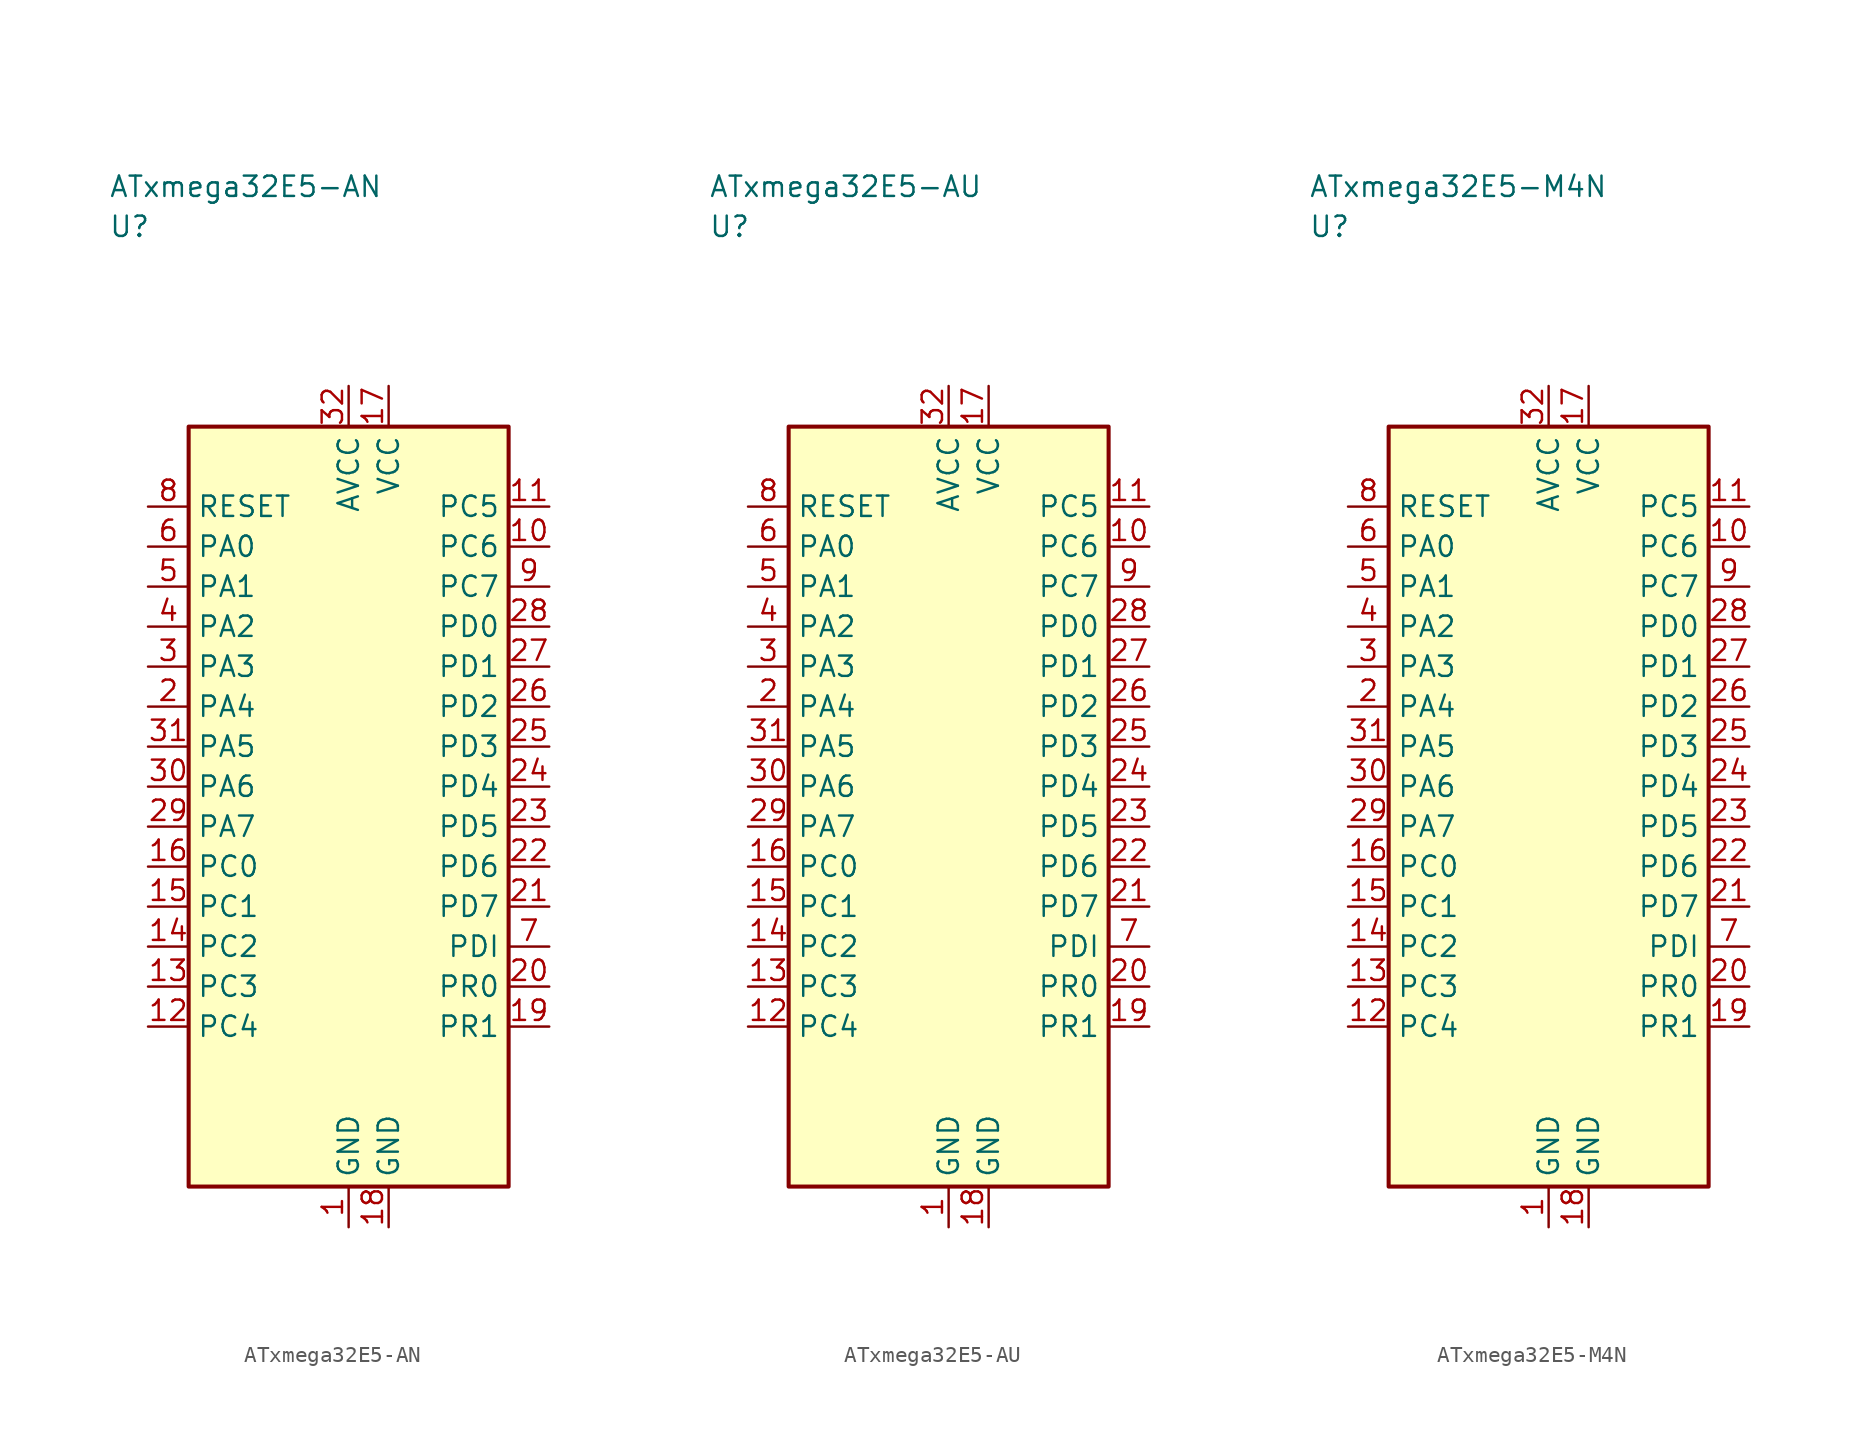
<source format=kicad_sym>
(kicad_symbol_lib
  (version 20241025)
  (generator "kicad_symbol_editor")
  (generator_version "8.0")
  (symbol "ATxmega32E5-AN"
    (property "Reference" "U"
      (at -15.0 36.25 0)
      (effects (font (size 1.27 1.27)) (justify left)))
    (property "Value" "ATxmega32E5-AN"
      (at -15.0 38.75 0)
      (effects (font (size 1.27 1.27)) (justify left)))
    (symbol "ATxmega32E5-AN_0_1"
      (rectangle (start -10.0 23.75) (end 10.0 -23.75) (stroke (width 0.254) (type default)) (fill (type background))))
    (symbol "ATxmega32E5-AN_1_1"
      (pin passive line (at 0.0 -26.29 90.0) (length 2.54) (name "GND" (effects (font (size 1.27 1.27)))) (number "1" (effects (font (size 1.27 1.27)))))
      (pin bidirectional line (at -12.54 6.25 0.0) (length 2.54) (name "PA4" (effects (font (size 1.27 1.27)))) (number "2" (effects (font (size 1.27 1.27)))))
      (pin bidirectional line (at -12.54 8.75 0.0) (length 2.54) (name "PA3" (effects (font (size 1.27 1.27)))) (number "3" (effects (font (size 1.27 1.27)))))
      (pin bidirectional line (at -12.54 11.25 0.0) (length 2.54) (name "PA2" (effects (font (size 1.27 1.27)))) (number "4" (effects (font (size 1.27 1.27)))))
      (pin bidirectional line (at -12.54 13.75 0.0) (length 2.54) (name "PA1" (effects (font (size 1.27 1.27)))) (number "5" (effects (font (size 1.27 1.27)))))
      (pin bidirectional line (at -12.54 16.25 0.0) (length 2.54) (name "PA0" (effects (font (size 1.27 1.27)))) (number "6" (effects (font (size 1.27 1.27)))))
      (pin bidirectional line (at 12.54 -8.75 180.0) (length 2.54) (name "PDI" (effects (font (size 1.27 1.27)))) (number "7" (effects (font (size 1.27 1.27)))))
      (pin input line (at -12.54 18.75 0.0) (length 2.54) (name "RESET" (effects (font (size 1.27 1.27)))) (number "8" (effects (font (size 1.27 1.27)))))
      (pin bidirectional line (at 12.54 13.75 180.0) (length 2.54) (name "PC7" (effects (font (size 1.27 1.27)))) (number "9" (effects (font (size 1.27 1.27)))))
      (pin bidirectional line (at 12.54 16.25 180.0) (length 2.54) (name "PC6" (effects (font (size 1.27 1.27)))) (number "10" (effects (font (size 1.27 1.27)))))
      (pin bidirectional line (at 12.54 18.75 180.0) (length 2.54) (name "PC5" (effects (font (size 1.27 1.27)))) (number "11" (effects (font (size 1.27 1.27)))))
      (pin bidirectional line (at -12.54 -13.75 0.0) (length 2.54) (name "PC4" (effects (font (size 1.27 1.27)))) (number "12" (effects (font (size 1.27 1.27)))))
      (pin bidirectional line (at -12.54 -11.25 0.0) (length 2.54) (name "PC3" (effects (font (size 1.27 1.27)))) (number "13" (effects (font (size 1.27 1.27)))))
      (pin bidirectional line (at -12.54 -8.75 0.0) (length 2.54) (name "PC2" (effects (font (size 1.27 1.27)))) (number "14" (effects (font (size 1.27 1.27)))))
      (pin bidirectional line (at -12.54 -6.25 0.0) (length 2.54) (name "PC1" (effects (font (size 1.27 1.27)))) (number "15" (effects (font (size 1.27 1.27)))))
      (pin bidirectional line (at -12.54 -3.75 0.0) (length 2.54) (name "PC0" (effects (font (size 1.27 1.27)))) (number "16" (effects (font (size 1.27 1.27)))))
      (pin power_in line (at 2.5 26.29 270.0) (length 2.54) (name "VCC" (effects (font (size 1.27 1.27)))) (number "17" (effects (font (size 1.27 1.27)))))
      (pin passive line (at 2.5 -26.29 90.0) (length 2.54) (name "GND" (effects (font (size 1.27 1.27)))) (number "18" (effects (font (size 1.27 1.27)))))
      (pin bidirectional line (at 12.54 -13.75 180.0) (length 2.54) (name "PR1" (effects (font (size 1.27 1.27)))) (number "19" (effects (font (size 1.27 1.27)))))
      (pin bidirectional line (at 12.54 -11.25 180.0) (length 2.54) (name "PR0" (effects (font (size 1.27 1.27)))) (number "20" (effects (font (size 1.27 1.27)))))
      (pin bidirectional line (at 12.54 -6.25 180.0) (length 2.54) (name "PD7" (effects (font (size 1.27 1.27)))) (number "21" (effects (font (size 1.27 1.27)))))
      (pin bidirectional line (at 12.54 -3.75 180.0) (length 2.54) (name "PD6" (effects (font (size 1.27 1.27)))) (number "22" (effects (font (size 1.27 1.27)))))
      (pin bidirectional line (at 12.54 -1.25 180.0) (length 2.54) (name "PD5" (effects (font (size 1.27 1.27)))) (number "23" (effects (font (size 1.27 1.27)))))
      (pin bidirectional line (at 12.54 1.25 180.0) (length 2.54) (name "PD4" (effects (font (size 1.27 1.27)))) (number "24" (effects (font (size 1.27 1.27)))))
      (pin bidirectional line (at 12.54 3.75 180.0) (length 2.54) (name "PD3" (effects (font (size 1.27 1.27)))) (number "25" (effects (font (size 1.27 1.27)))))
      (pin bidirectional line (at 12.54 6.25 180.0) (length 2.54) (name "PD2" (effects (font (size 1.27 1.27)))) (number "26" (effects (font (size 1.27 1.27)))))
      (pin bidirectional line (at 12.54 8.75 180.0) (length 2.54) (name "PD1" (effects (font (size 1.27 1.27)))) (number "27" (effects (font (size 1.27 1.27)))))
      (pin bidirectional line (at 12.54 11.25 180.0) (length 2.54) (name "PD0" (effects (font (size 1.27 1.27)))) (number "28" (effects (font (size 1.27 1.27)))))
      (pin bidirectional line (at -12.54 -1.25 0.0) (length 2.54) (name "PA7" (effects (font (size 1.27 1.27)))) (number "29" (effects (font (size 1.27 1.27)))))
      (pin bidirectional line (at -12.54 1.25 0.0) (length 2.54) (name "PA6" (effects (font (size 1.27 1.27)))) (number "30" (effects (font (size 1.27 1.27)))))
      (pin bidirectional line (at -12.54 3.75 0.0) (length 2.54) (name "PA5" (effects (font (size 1.27 1.27)))) (number "31" (effects (font (size 1.27 1.27)))))
      (pin power_in line (at 0.0 26.29 270.0) (length 2.54) (name "AVCC" (effects (font (size 1.27 1.27)))) (number "32" (effects (font (size 1.27 1.27)))))))
  (symbol "ATxmega32E5-AU"
    (property "Reference" "U"
      (at -15.0 36.25 0)
      (effects (font (size 1.27 1.27)) (justify left)))
    (property "Value" "ATxmega32E5-AU"
      (at -15.0 38.75 0)
      (effects (font (size 1.27 1.27)) (justify left)))
    (symbol "ATxmega32E5-AU_0_1"
      (rectangle (start -10.0 23.75) (end 10.0 -23.75) (stroke (width 0.254) (type default)) (fill (type background))))
    (symbol "ATxmega32E5-AU_1_1"
      (pin passive line (at 0.0 -26.29 90.0) (length 2.54) (name "GND" (effects (font (size 1.27 1.27)))) (number "1" (effects (font (size 1.27 1.27)))))
      (pin bidirectional line (at -12.54 6.25 0.0) (length 2.54) (name "PA4" (effects (font (size 1.27 1.27)))) (number "2" (effects (font (size 1.27 1.27)))))
      (pin bidirectional line (at -12.54 8.75 0.0) (length 2.54) (name "PA3" (effects (font (size 1.27 1.27)))) (number "3" (effects (font (size 1.27 1.27)))))
      (pin bidirectional line (at -12.54 11.25 0.0) (length 2.54) (name "PA2" (effects (font (size 1.27 1.27)))) (number "4" (effects (font (size 1.27 1.27)))))
      (pin bidirectional line (at -12.54 13.75 0.0) (length 2.54) (name "PA1" (effects (font (size 1.27 1.27)))) (number "5" (effects (font (size 1.27 1.27)))))
      (pin bidirectional line (at -12.54 16.25 0.0) (length 2.54) (name "PA0" (effects (font (size 1.27 1.27)))) (number "6" (effects (font (size 1.27 1.27)))))
      (pin bidirectional line (at 12.54 -8.75 180.0) (length 2.54) (name "PDI" (effects (font (size 1.27 1.27)))) (number "7" (effects (font (size 1.27 1.27)))))
      (pin input line (at -12.54 18.75 0.0) (length 2.54) (name "RESET" (effects (font (size 1.27 1.27)))) (number "8" (effects (font (size 1.27 1.27)))))
      (pin bidirectional line (at 12.54 13.75 180.0) (length 2.54) (name "PC7" (effects (font (size 1.27 1.27)))) (number "9" (effects (font (size 1.27 1.27)))))
      (pin bidirectional line (at 12.54 16.25 180.0) (length 2.54) (name "PC6" (effects (font (size 1.27 1.27)))) (number "10" (effects (font (size 1.27 1.27)))))
      (pin bidirectional line (at 12.54 18.75 180.0) (length 2.54) (name "PC5" (effects (font (size 1.27 1.27)))) (number "11" (effects (font (size 1.27 1.27)))))
      (pin bidirectional line (at -12.54 -13.75 0.0) (length 2.54) (name "PC4" (effects (font (size 1.27 1.27)))) (number "12" (effects (font (size 1.27 1.27)))))
      (pin bidirectional line (at -12.54 -11.25 0.0) (length 2.54) (name "PC3" (effects (font (size 1.27 1.27)))) (number "13" (effects (font (size 1.27 1.27)))))
      (pin bidirectional line (at -12.54 -8.75 0.0) (length 2.54) (name "PC2" (effects (font (size 1.27 1.27)))) (number "14" (effects (font (size 1.27 1.27)))))
      (pin bidirectional line (at -12.54 -6.25 0.0) (length 2.54) (name "PC1" (effects (font (size 1.27 1.27)))) (number "15" (effects (font (size 1.27 1.27)))))
      (pin bidirectional line (at -12.54 -3.75 0.0) (length 2.54) (name "PC0" (effects (font (size 1.27 1.27)))) (number "16" (effects (font (size 1.27 1.27)))))
      (pin power_in line (at 2.5 26.29 270.0) (length 2.54) (name "VCC" (effects (font (size 1.27 1.27)))) (number "17" (effects (font (size 1.27 1.27)))))
      (pin passive line (at 2.5 -26.29 90.0) (length 2.54) (name "GND" (effects (font (size 1.27 1.27)))) (number "18" (effects (font (size 1.27 1.27)))))
      (pin bidirectional line (at 12.54 -13.75 180.0) (length 2.54) (name "PR1" (effects (font (size 1.27 1.27)))) (number "19" (effects (font (size 1.27 1.27)))))
      (pin bidirectional line (at 12.54 -11.25 180.0) (length 2.54) (name "PR0" (effects (font (size 1.27 1.27)))) (number "20" (effects (font (size 1.27 1.27)))))
      (pin bidirectional line (at 12.54 -6.25 180.0) (length 2.54) (name "PD7" (effects (font (size 1.27 1.27)))) (number "21" (effects (font (size 1.27 1.27)))))
      (pin bidirectional line (at 12.54 -3.75 180.0) (length 2.54) (name "PD6" (effects (font (size 1.27 1.27)))) (number "22" (effects (font (size 1.27 1.27)))))
      (pin bidirectional line (at 12.54 -1.25 180.0) (length 2.54) (name "PD5" (effects (font (size 1.27 1.27)))) (number "23" (effects (font (size 1.27 1.27)))))
      (pin bidirectional line (at 12.54 1.25 180.0) (length 2.54) (name "PD4" (effects (font (size 1.27 1.27)))) (number "24" (effects (font (size 1.27 1.27)))))
      (pin bidirectional line (at 12.54 3.75 180.0) (length 2.54) (name "PD3" (effects (font (size 1.27 1.27)))) (number "25" (effects (font (size 1.27 1.27)))))
      (pin bidirectional line (at 12.54 6.25 180.0) (length 2.54) (name "PD2" (effects (font (size 1.27 1.27)))) (number "26" (effects (font (size 1.27 1.27)))))
      (pin bidirectional line (at 12.54 8.75 180.0) (length 2.54) (name "PD1" (effects (font (size 1.27 1.27)))) (number "27" (effects (font (size 1.27 1.27)))))
      (pin bidirectional line (at 12.54 11.25 180.0) (length 2.54) (name "PD0" (effects (font (size 1.27 1.27)))) (number "28" (effects (font (size 1.27 1.27)))))
      (pin bidirectional line (at -12.54 -1.25 0.0) (length 2.54) (name "PA7" (effects (font (size 1.27 1.27)))) (number "29" (effects (font (size 1.27 1.27)))))
      (pin bidirectional line (at -12.54 1.25 0.0) (length 2.54) (name "PA6" (effects (font (size 1.27 1.27)))) (number "30" (effects (font (size 1.27 1.27)))))
      (pin bidirectional line (at -12.54 3.75 0.0) (length 2.54) (name "PA5" (effects (font (size 1.27 1.27)))) (number "31" (effects (font (size 1.27 1.27)))))
      (pin power_in line (at 0.0 26.29 270.0) (length 2.54) (name "AVCC" (effects (font (size 1.27 1.27)))) (number "32" (effects (font (size 1.27 1.27)))))))
  (symbol "ATxmega32E5-M4N"
    (property "Reference" "U"
      (at -15.0 36.25 0)
      (effects (font (size 1.27 1.27)) (justify left)))
    (property "Value" "ATxmega32E5-M4N"
      (at -15.0 38.75 0)
      (effects (font (size 1.27 1.27)) (justify left)))
    (symbol "ATxmega32E5-M4N_0_1"
      (rectangle (start -10.0 23.75) (end 10.0 -23.75) (stroke (width 0.254) (type default)) (fill (type background))))
    (symbol "ATxmega32E5-M4N_1_1"
      (pin passive line (at 0.0 -26.29 90.0) (length 2.54) (name "GND" (effects (font (size 1.27 1.27)))) (number "1" (effects (font (size 1.27 1.27)))))
      (pin bidirectional line (at -12.54 6.25 0.0) (length 2.54) (name "PA4" (effects (font (size 1.27 1.27)))) (number "2" (effects (font (size 1.27 1.27)))))
      (pin bidirectional line (at -12.54 8.75 0.0) (length 2.54) (name "PA3" (effects (font (size 1.27 1.27)))) (number "3" (effects (font (size 1.27 1.27)))))
      (pin bidirectional line (at -12.54 11.25 0.0) (length 2.54) (name "PA2" (effects (font (size 1.27 1.27)))) (number "4" (effects (font (size 1.27 1.27)))))
      (pin bidirectional line (at -12.54 13.75 0.0) (length 2.54) (name "PA1" (effects (font (size 1.27 1.27)))) (number "5" (effects (font (size 1.27 1.27)))))
      (pin bidirectional line (at -12.54 16.25 0.0) (length 2.54) (name "PA0" (effects (font (size 1.27 1.27)))) (number "6" (effects (font (size 1.27 1.27)))))
      (pin bidirectional line (at 12.54 -8.75 180.0) (length 2.54) (name "PDI" (effects (font (size 1.27 1.27)))) (number "7" (effects (font (size 1.27 1.27)))))
      (pin input line (at -12.54 18.75 0.0) (length 2.54) (name "RESET" (effects (font (size 1.27 1.27)))) (number "8" (effects (font (size 1.27 1.27)))))
      (pin bidirectional line (at 12.54 13.75 180.0) (length 2.54) (name "PC7" (effects (font (size 1.27 1.27)))) (number "9" (effects (font (size 1.27 1.27)))))
      (pin bidirectional line (at 12.54 16.25 180.0) (length 2.54) (name "PC6" (effects (font (size 1.27 1.27)))) (number "10" (effects (font (size 1.27 1.27)))))
      (pin bidirectional line (at 12.54 18.75 180.0) (length 2.54) (name "PC5" (effects (font (size 1.27 1.27)))) (number "11" (effects (font (size 1.27 1.27)))))
      (pin bidirectional line (at -12.54 -13.75 0.0) (length 2.54) (name "PC4" (effects (font (size 1.27 1.27)))) (number "12" (effects (font (size 1.27 1.27)))))
      (pin bidirectional line (at -12.54 -11.25 0.0) (length 2.54) (name "PC3" (effects (font (size 1.27 1.27)))) (number "13" (effects (font (size 1.27 1.27)))))
      (pin bidirectional line (at -12.54 -8.75 0.0) (length 2.54) (name "PC2" (effects (font (size 1.27 1.27)))) (number "14" (effects (font (size 1.27 1.27)))))
      (pin bidirectional line (at -12.54 -6.25 0.0) (length 2.54) (name "PC1" (effects (font (size 1.27 1.27)))) (number "15" (effects (font (size 1.27 1.27)))))
      (pin bidirectional line (at -12.54 -3.75 0.0) (length 2.54) (name "PC0" (effects (font (size 1.27 1.27)))) (number "16" (effects (font (size 1.27 1.27)))))
      (pin power_in line (at 2.5 26.29 270.0) (length 2.54) (name "VCC" (effects (font (size 1.27 1.27)))) (number "17" (effects (font (size 1.27 1.27)))))
      (pin passive line (at 2.5 -26.29 90.0) (length 2.54) (name "GND" (effects (font (size 1.27 1.27)))) (number "18" (effects (font (size 1.27 1.27)))))
      (pin bidirectional line (at 12.54 -13.75 180.0) (length 2.54) (name "PR1" (effects (font (size 1.27 1.27)))) (number "19" (effects (font (size 1.27 1.27)))))
      (pin bidirectional line (at 12.54 -11.25 180.0) (length 2.54) (name "PR0" (effects (font (size 1.27 1.27)))) (number "20" (effects (font (size 1.27 1.27)))))
      (pin bidirectional line (at 12.54 -6.25 180.0) (length 2.54) (name "PD7" (effects (font (size 1.27 1.27)))) (number "21" (effects (font (size 1.27 1.27)))))
      (pin bidirectional line (at 12.54 -3.75 180.0) (length 2.54) (name "PD6" (effects (font (size 1.27 1.27)))) (number "22" (effects (font (size 1.27 1.27)))))
      (pin bidirectional line (at 12.54 -1.25 180.0) (length 2.54) (name "PD5" (effects (font (size 1.27 1.27)))) (number "23" (effects (font (size 1.27 1.27)))))
      (pin bidirectional line (at 12.54 1.25 180.0) (length 2.54) (name "PD4" (effects (font (size 1.27 1.27)))) (number "24" (effects (font (size 1.27 1.27)))))
      (pin bidirectional line (at 12.54 3.75 180.0) (length 2.54) (name "PD3" (effects (font (size 1.27 1.27)))) (number "25" (effects (font (size 1.27 1.27)))))
      (pin bidirectional line (at 12.54 6.25 180.0) (length 2.54) (name "PD2" (effects (font (size 1.27 1.27)))) (number "26" (effects (font (size 1.27 1.27)))))
      (pin bidirectional line (at 12.54 8.75 180.0) (length 2.54) (name "PD1" (effects (font (size 1.27 1.27)))) (number "27" (effects (font (size 1.27 1.27)))))
      (pin bidirectional line (at 12.54 11.25 180.0) (length 2.54) (name "PD0" (effects (font (size 1.27 1.27)))) (number "28" (effects (font (size 1.27 1.27)))))
      (pin bidirectional line (at -12.54 -1.25 0.0) (length 2.54) (name "PA7" (effects (font (size 1.27 1.27)))) (number "29" (effects (font (size 1.27 1.27)))))
      (pin bidirectional line (at -12.54 1.25 0.0) (length 2.54) (name "PA6" (effects (font (size 1.27 1.27)))) (number "30" (effects (font (size 1.27 1.27)))))
      (pin bidirectional line (at -12.54 3.75 0.0) (length 2.54) (name "PA5" (effects (font (size 1.27 1.27)))) (number "31" (effects (font (size 1.27 1.27)))))
      (pin power_in line (at 0.0 26.29 270.0) (length 2.54) (name "AVCC" (effects (font (size 1.27 1.27)))) (number "32" (effects (font (size 1.27 1.27))))))))
</source>
